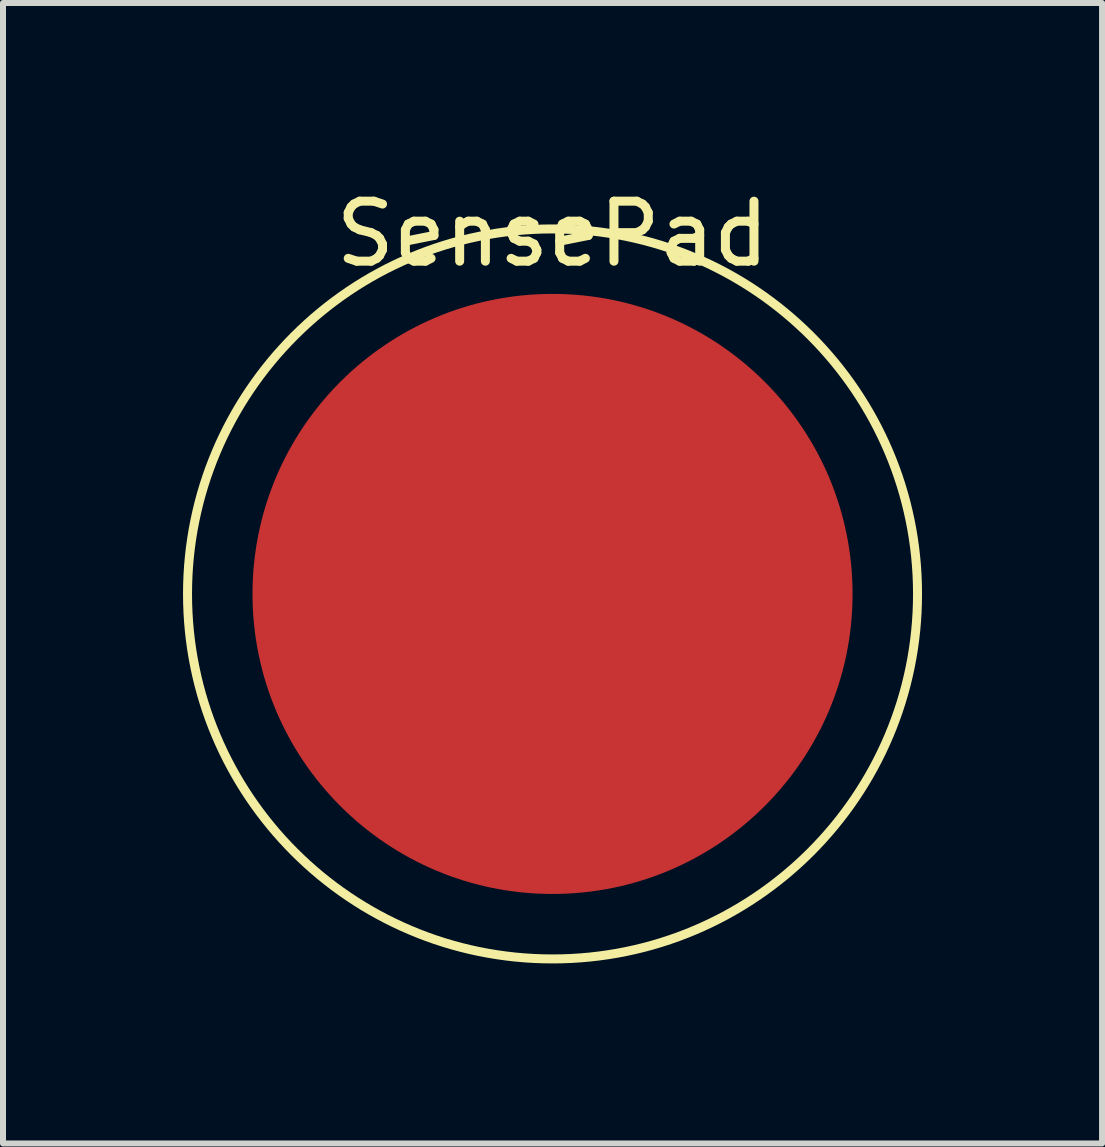
<source format=kicad_pcb>
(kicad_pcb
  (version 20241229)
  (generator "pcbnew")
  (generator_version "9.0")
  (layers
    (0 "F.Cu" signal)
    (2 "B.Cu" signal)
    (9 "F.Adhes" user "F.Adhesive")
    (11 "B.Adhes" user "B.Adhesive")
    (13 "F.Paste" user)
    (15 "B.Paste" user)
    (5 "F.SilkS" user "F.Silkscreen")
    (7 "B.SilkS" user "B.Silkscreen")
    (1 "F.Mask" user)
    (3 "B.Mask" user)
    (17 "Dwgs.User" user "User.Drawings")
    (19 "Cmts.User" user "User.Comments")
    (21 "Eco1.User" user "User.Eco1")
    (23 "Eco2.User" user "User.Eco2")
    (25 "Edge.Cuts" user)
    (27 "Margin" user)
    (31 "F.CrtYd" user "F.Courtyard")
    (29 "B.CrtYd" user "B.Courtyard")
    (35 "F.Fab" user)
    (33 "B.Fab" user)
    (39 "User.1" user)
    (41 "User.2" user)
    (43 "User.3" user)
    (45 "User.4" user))
  (footprint "SensePad"
    (layer "F.Cu")
    (at 6.158 6.848)
    (property "Reference" "SensePad" (at 0 -6 0) (layer "F.SilkS") (effects (font (size 1 1) (thickness 0.15))))
    (attr through_hole)
    (fp_circle (center 0 0) (end 6 -1) (stroke (width 0.15) (type solid)) (fill no) (layer "F.SilkS"))
    (pad "1" smd circle (at 0 0) (size 10 10) (layers "F.Cu" "F.Mask" "F.Paste")))
  (gr_rect
    (start -3 -3)
    (end 15.316 16.006)
    (stroke (width 0.1) (type default))
    (fill no)
    (layer "Edge.Cuts")))
</source>
